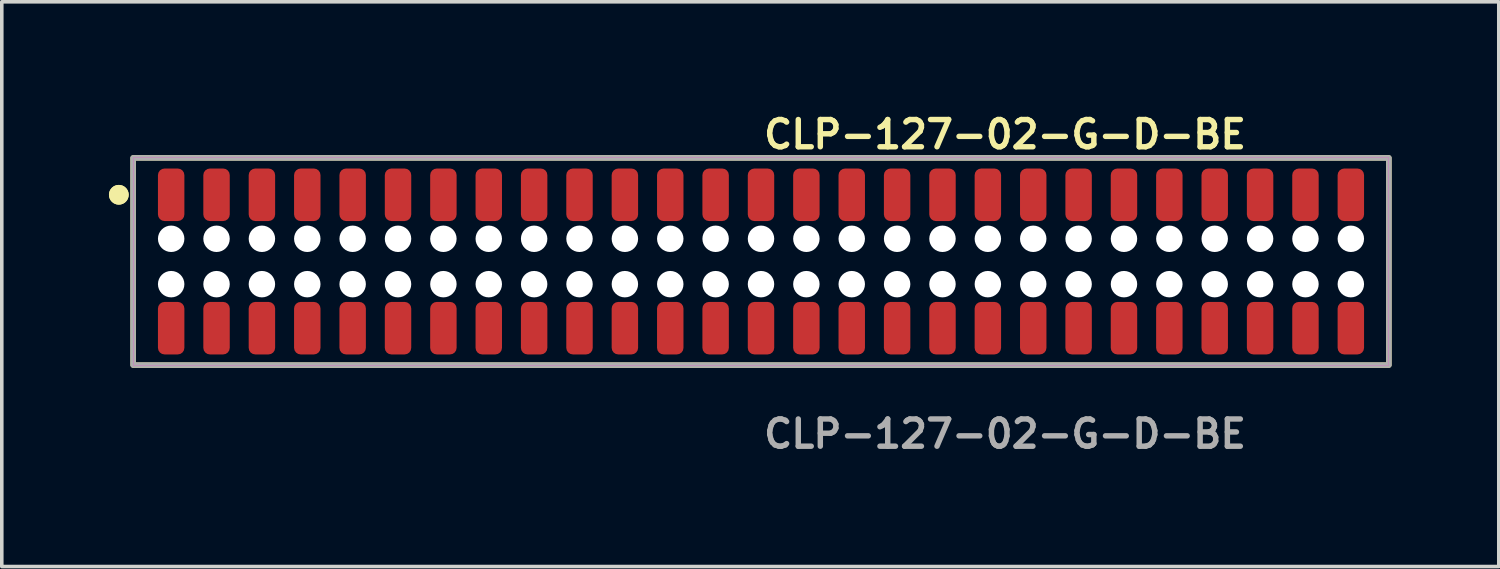
<source format=kicad_pcb>
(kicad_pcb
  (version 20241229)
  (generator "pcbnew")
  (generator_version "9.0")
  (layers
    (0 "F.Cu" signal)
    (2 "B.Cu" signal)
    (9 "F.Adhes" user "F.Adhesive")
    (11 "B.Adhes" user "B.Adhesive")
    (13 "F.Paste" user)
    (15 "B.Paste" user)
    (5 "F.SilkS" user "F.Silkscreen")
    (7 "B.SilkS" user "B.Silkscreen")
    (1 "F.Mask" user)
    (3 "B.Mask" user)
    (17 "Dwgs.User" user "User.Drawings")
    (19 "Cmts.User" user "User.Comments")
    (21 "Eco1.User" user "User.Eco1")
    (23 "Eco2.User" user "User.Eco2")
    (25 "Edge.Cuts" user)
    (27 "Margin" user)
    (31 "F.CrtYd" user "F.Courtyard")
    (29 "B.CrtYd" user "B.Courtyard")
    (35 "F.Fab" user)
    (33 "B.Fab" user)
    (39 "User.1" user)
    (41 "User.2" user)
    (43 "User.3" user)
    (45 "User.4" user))
  (footprint "CLP-127-02-G-D-BE"
    (layer "F.Cu")
    (at 18.251 4.269)
    (property "Reference" "CLP-127-02-G-D-BE" (at 0 -3.556 0) (unlocked yes) (layer "F.SilkS") (effects (font (size 0.762 0.762) (thickness 0.152)) (justify left)))
    (fp_rect (start -17.575 2.9) (end 17.575 -2.9) (stroke (width 0.152) (type solid)) (fill no) (layer "F.SilkS"))
    (fp_circle (center -17.975 -1.867) (end -18.175 -1.867) (stroke (width 0.152) (type solid)) (fill yes) (layer "F.SilkS"))
    (fp_circle (center -17.975 -1.867) (end -18.175 -1.867) (stroke (width 0.152) (type solid)) (fill yes) (layer "F.SilkS"))
    (fp_rect (start -17.575 2.9) (end 17.575 -2.9) (stroke (width 0.006) (type solid)) (fill no) (layer "F.CrtYd"))
    (fp_rect (start -17.575 2.9) (end 17.575 -2.9) (stroke (width 0.152) (type solid)) (fill no) (layer "F.Fab"))
    (fp_text user "${REFERENCE}" (at 0 4.826 0) (unlocked yes) (layer "F.Fab") (effects (font (size 0.762 0.762) (thickness 0.152)) (justify left)))
    (pad "" np_thru_hole circle (at -16.51 -0.635) (size 0.74 0.74) (drill 0.74) (layers "*.Cu" "*.Mask"))
    (pad "" np_thru_hole circle (at -16.51 0.635) (size 0.74 0.74) (drill 0.74) (layers "*.Cu" "*.Mask"))
    (pad "" np_thru_hole circle (at -15.24 -0.635) (size 0.74 0.74) (drill 0.74) (layers "*.Cu" "*.Mask"))
    (pad "" np_thru_hole circle (at -15.24 0.635) (size 0.74 0.74) (drill 0.74) (layers "*.Cu" "*.Mask"))
    (pad "" np_thru_hole circle (at -13.97 -0.635) (size 0.74 0.74) (drill 0.74) (layers "*.Cu" "*.Mask"))
    (pad "" np_thru_hole circle (at -13.97 0.635) (size 0.74 0.74) (drill 0.74) (layers "*.Cu" "*.Mask"))
    (pad "" np_thru_hole circle (at -12.7 -0.635) (size 0.74 0.74) (drill 0.74) (layers "*.Cu" "*.Mask"))
    (pad "" np_thru_hole circle (at -12.7 0.635) (size 0.74 0.74) (drill 0.74) (layers "*.Cu" "*.Mask"))
    (pad "" np_thru_hole circle (at -11.43 -0.635) (size 0.74 0.74) (drill 0.74) (layers "*.Cu" "*.Mask"))
    (pad "" np_thru_hole circle (at -11.43 0.635) (size 0.74 0.74) (drill 0.74) (layers "*.Cu" "*.Mask"))
    (pad "" np_thru_hole circle (at -10.16 -0.635) (size 0.74 0.74) (drill 0.74) (layers "*.Cu" "*.Mask"))
    (pad "" np_thru_hole circle (at -10.16 0.635) (size 0.74 0.74) (drill 0.74) (layers "*.Cu" "*.Mask"))
    (pad "" np_thru_hole circle (at -8.89 -0.635) (size 0.74 0.74) (drill 0.74) (layers "*.Cu" "*.Mask"))
    (pad "" np_thru_hole circle (at -8.89 0.635) (size 0.74 0.74) (drill 0.74) (layers "*.Cu" "*.Mask"))
    (pad "" np_thru_hole circle (at -7.62 -0.635) (size 0.74 0.74) (drill 0.74) (layers "*.Cu" "*.Mask"))
    (pad "" np_thru_hole circle (at -7.62 0.635) (size 0.74 0.74) (drill 0.74) (layers "*.Cu" "*.Mask"))
    (pad "" np_thru_hole circle (at -6.35 -0.635) (size 0.74 0.74) (drill 0.74) (layers "*.Cu" "*.Mask"))
    (pad "" np_thru_hole circle (at -6.35 0.635) (size 0.74 0.74) (drill 0.74) (layers "*.Cu" "*.Mask"))
    (pad "" np_thru_hole circle (at -5.08 -0.635) (size 0.74 0.74) (drill 0.74) (layers "*.Cu" "*.Mask"))
    (pad "" np_thru_hole circle (at -5.08 0.635) (size 0.74 0.74) (drill 0.74) (layers "*.Cu" "*.Mask"))
    (pad "" np_thru_hole circle (at -3.81 -0.635) (size 0.74 0.74) (drill 0.74) (layers "*.Cu" "*.Mask"))
    (pad "" np_thru_hole circle (at -3.81 0.635) (size 0.74 0.74) (drill 0.74) (layers "*.Cu" "*.Mask"))
    (pad "" np_thru_hole circle (at -2.54 -0.635) (size 0.74 0.74) (drill 0.74) (layers "*.Cu" "*.Mask"))
    (pad "" np_thru_hole circle (at -2.54 0.635) (size 0.74 0.74) (drill 0.74) (layers "*.Cu" "*.Mask"))
    (pad "" np_thru_hole circle (at -1.27 -0.635) (size 0.74 0.74) (drill 0.74) (layers "*.Cu" "*.Mask"))
    (pad "" np_thru_hole circle (at -1.27 0.635) (size 0.74 0.74) (drill 0.74) (layers "*.Cu" "*.Mask"))
    (pad "" np_thru_hole circle (at 0 -0.635) (size 0.74 0.74) (drill 0.74) (layers "*.Cu" "*.Mask"))
    (pad "" np_thru_hole circle (at 0 0.635) (size 0.74 0.74) (drill 0.74) (layers "*.Cu" "*.Mask"))
    (pad "" np_thru_hole circle (at 1.27 -0.635) (size 0.74 0.74) (drill 0.74) (layers "*.Cu" "*.Mask"))
    (pad "" np_thru_hole circle (at 1.27 0.635) (size 0.74 0.74) (drill 0.74) (layers "*.Cu" "*.Mask"))
    (pad "" np_thru_hole circle (at 2.54 -0.635) (size 0.74 0.74) (drill 0.74) (layers "*.Cu" "*.Mask"))
    (pad "" np_thru_hole circle (at 2.54 0.635) (size 0.74 0.74) (drill 0.74) (layers "*.Cu" "*.Mask"))
    (pad "" np_thru_hole circle (at 3.81 -0.635) (size 0.74 0.74) (drill 0.74) (layers "*.Cu" "*.Mask"))
    (pad "" np_thru_hole circle (at 3.81 0.635) (size 0.74 0.74) (drill 0.74) (layers "*.Cu" "*.Mask"))
    (pad "" np_thru_hole circle (at 5.08 -0.635) (size 0.74 0.74) (drill 0.74) (layers "*.Cu" "*.Mask"))
    (pad "" np_thru_hole circle (at 5.08 0.635) (size 0.74 0.74) (drill 0.74) (layers "*.Cu" "*.Mask"))
    (pad "" np_thru_hole circle (at 6.35 -0.635) (size 0.74 0.74) (drill 0.74) (layers "*.Cu" "*.Mask"))
    (pad "" np_thru_hole circle (at 6.35 0.635) (size 0.74 0.74) (drill 0.74) (layers "*.Cu" "*.Mask"))
    (pad "" np_thru_hole circle (at 7.62 -0.635) (size 0.74 0.74) (drill 0.74) (layers "*.Cu" "*.Mask"))
    (pad "" np_thru_hole circle (at 7.62 0.635) (size 0.74 0.74) (drill 0.74) (layers "*.Cu" "*.Mask"))
    (pad "" np_thru_hole circle (at 8.89 -0.635) (size 0.74 0.74) (drill 0.74) (layers "*.Cu" "*.Mask"))
    (pad "" np_thru_hole circle (at 8.89 0.635) (size 0.74 0.74) (drill 0.74) (layers "*.Cu" "*.Mask"))
    (pad "" np_thru_hole circle (at 10.16 -0.635) (size 0.74 0.74) (drill 0.74) (layers "*.Cu" "*.Mask"))
    (pad "" np_thru_hole circle (at 10.16 0.635) (size 0.74 0.74) (drill 0.74) (layers "*.Cu" "*.Mask"))
    (pad "" np_thru_hole circle (at 11.43 -0.635) (size 0.74 0.74) (drill 0.74) (layers "*.Cu" "*.Mask"))
    (pad "" np_thru_hole circle (at 11.43 0.635) (size 0.74 0.74) (drill 0.74) (layers "*.Cu" "*.Mask"))
    (pad "" np_thru_hole circle (at 12.7 -0.635) (size 0.74 0.74) (drill 0.74) (layers "*.Cu" "*.Mask"))
    (pad "" np_thru_hole circle (at 12.7 0.635) (size 0.74 0.74) (drill 0.74) (layers "*.Cu" "*.Mask"))
    (pad "" np_thru_hole circle (at 13.97 -0.635) (size 0.74 0.74) (drill 0.74) (layers "*.Cu" "*.Mask"))
    (pad "" np_thru_hole circle (at 13.97 0.635) (size 0.74 0.74) (drill 0.74) (layers "*.Cu" "*.Mask"))
    (pad "" np_thru_hole circle (at 15.24 -0.635) (size 0.74 0.74) (drill 0.74) (layers "*.Cu" "*.Mask"))
    (pad "" np_thru_hole circle (at 15.24 0.635) (size 0.74 0.74) (drill 0.74) (layers "*.Cu" "*.Mask"))
    (pad "" np_thru_hole circle (at 16.51 -0.635) (size 0.74 0.74) (drill 0.74) (layers "*.Cu" "*.Mask"))
    (pad "" np_thru_hole circle (at 16.51 0.635) (size 0.74 0.74) (drill 0.74) (layers "*.Cu" "*.Mask"))
    (pad "1" smd roundrect (at -16.51 -1.867) (size 0.74 1.47) (layers "F.Cu" "F.Paste") (roundrect_rratio 0.25))
    (pad "2" smd roundrect (at -16.51 1.867) (size 0.74 1.47) (layers "F.Cu" "F.Paste") (roundrect_rratio 0.25))
    (pad "3" smd roundrect (at -15.24 -1.867) (size 0.74 1.47) (layers "F.Cu" "F.Paste") (roundrect_rratio 0.25))
    (pad "4" smd roundrect (at -15.24 1.867) (size 0.74 1.47) (layers "F.Cu" "F.Paste") (roundrect_rratio 0.25))
    (pad "5" smd roundrect (at -13.97 -1.867) (size 0.74 1.47) (layers "F.Cu" "F.Paste") (roundrect_rratio 0.25))
    (pad "6" smd roundrect (at -13.97 1.867) (size 0.74 1.47) (layers "F.Cu" "F.Paste") (roundrect_rratio 0.25))
    (pad "7" smd roundrect (at -12.7 -1.867) (size 0.74 1.47) (layers "F.Cu" "F.Paste") (roundrect_rratio 0.25))
    (pad "8" smd roundrect (at -12.7 1.867) (size 0.74 1.47) (layers "F.Cu" "F.Paste") (roundrect_rratio 0.25))
    (pad "9" smd roundrect (at -11.43 -1.867) (size 0.74 1.47) (layers "F.Cu" "F.Paste") (roundrect_rratio 0.25))
    (pad "10" smd roundrect (at -11.43 1.867) (size 0.74 1.47) (layers "F.Cu" "F.Paste") (roundrect_rratio 0.25))
    (pad "11" smd roundrect (at -10.16 -1.867) (size 0.74 1.47) (layers "F.Cu" "F.Paste") (roundrect_rratio 0.25))
    (pad "12" smd roundrect (at -10.16 1.867) (size 0.74 1.47) (layers "F.Cu" "F.Paste") (roundrect_rratio 0.25))
    (pad "13" smd roundrect (at -8.89 -1.867) (size 0.74 1.47) (layers "F.Cu" "F.Paste") (roundrect_rratio 0.25))
    (pad "14" smd roundrect (at -8.89 1.867) (size 0.74 1.47) (layers "F.Cu" "F.Paste") (roundrect_rratio 0.25))
    (pad "15" smd roundrect (at -7.62 -1.867) (size 0.74 1.47) (layers "F.Cu" "F.Paste") (roundrect_rratio 0.25))
    (pad "16" smd roundrect (at -7.62 1.867) (size 0.74 1.47) (layers "F.Cu" "F.Paste") (roundrect_rratio 0.25))
    (pad "17" smd roundrect (at -6.35 -1.867) (size 0.74 1.47) (layers "F.Cu" "F.Paste") (roundrect_rratio 0.25))
    (pad "18" smd roundrect (at -6.35 1.867) (size 0.74 1.47) (layers "F.Cu" "F.Paste") (roundrect_rratio 0.25))
    (pad "19" smd roundrect (at -5.08 -1.867) (size 0.74 1.47) (layers "F.Cu" "F.Paste") (roundrect_rratio 0.25))
    (pad "20" smd roundrect (at -5.08 1.867) (size 0.74 1.47) (layers "F.Cu" "F.Paste") (roundrect_rratio 0.25))
    (pad "21" smd roundrect (at -3.81 -1.867) (size 0.74 1.47) (layers "F.Cu" "F.Paste") (roundrect_rratio 0.25))
    (pad "22" smd roundrect (at -3.81 1.867) (size 0.74 1.47) (layers "F.Cu" "F.Paste") (roundrect_rratio 0.25))
    (pad "23" smd roundrect (at -2.54 -1.867) (size 0.74 1.47) (layers "F.Cu" "F.Paste") (roundrect_rratio 0.25))
    (pad "24" smd roundrect (at -2.54 1.867) (size 0.74 1.47) (layers "F.Cu" "F.Paste") (roundrect_rratio 0.25))
    (pad "25" smd roundrect (at -1.27 -1.867) (size 0.74 1.47) (layers "F.Cu" "F.Paste") (roundrect_rratio 0.25))
    (pad "26" smd roundrect (at -1.27 1.867) (size 0.74 1.47) (layers "F.Cu" "F.Paste") (roundrect_rratio 0.25))
    (pad "27" smd roundrect (at 0 -1.867) (size 0.74 1.47) (layers "F.Cu" "F.Paste") (roundrect_rratio 0.25))
    (pad "28" smd roundrect (at 0 1.867) (size 0.74 1.47) (layers "F.Cu" "F.Paste") (roundrect_rratio 0.25))
    (pad "29" smd roundrect (at 1.27 -1.867) (size 0.74 1.47) (layers "F.Cu" "F.Paste") (roundrect_rratio 0.25))
    (pad "30" smd roundrect (at 1.27 1.867) (size 0.74 1.47) (layers "F.Cu" "F.Paste") (roundrect_rratio 0.25))
    (pad "31" smd roundrect (at 2.54 -1.867) (size 0.74 1.47) (layers "F.Cu" "F.Paste") (roundrect_rratio 0.25))
    (pad "32" smd roundrect (at 2.54 1.867) (size 0.74 1.47) (layers "F.Cu" "F.Paste") (roundrect_rratio 0.25))
    (pad "33" smd roundrect (at 3.81 -1.867) (size 0.74 1.47) (layers "F.Cu" "F.Paste") (roundrect_rratio 0.25))
    (pad "34" smd roundrect (at 3.81 1.867) (size 0.74 1.47) (layers "F.Cu" "F.Paste") (roundrect_rratio 0.25))
    (pad "35" smd roundrect (at 5.08 -1.867) (size 0.74 1.47) (layers "F.Cu" "F.Paste") (roundrect_rratio 0.25))
    (pad "36" smd roundrect (at 5.08 1.867) (size 0.74 1.47) (layers "F.Cu" "F.Paste") (roundrect_rratio 0.25))
    (pad "37" smd roundrect (at 6.35 -1.867) (size 0.74 1.47) (layers "F.Cu" "F.Paste") (roundrect_rratio 0.25))
    (pad "38" smd roundrect (at 6.35 1.867) (size 0.74 1.47) (layers "F.Cu" "F.Paste") (roundrect_rratio 0.25))
    (pad "39" smd roundrect (at 7.62 -1.867) (size 0.74 1.47) (layers "F.Cu" "F.Paste") (roundrect_rratio 0.25))
    (pad "40" smd roundrect (at 7.62 1.867) (size 0.74 1.47) (layers "F.Cu" "F.Paste") (roundrect_rratio 0.25))
    (pad "41" smd roundrect (at 8.89 -1.867) (size 0.74 1.47) (layers "F.Cu" "F.Paste") (roundrect_rratio 0.25))
    (pad "42" smd roundrect (at 8.89 1.867) (size 0.74 1.47) (layers "F.Cu" "F.Paste") (roundrect_rratio 0.25))
    (pad "43" smd roundrect (at 10.16 -1.867) (size 0.74 1.47) (layers "F.Cu" "F.Paste") (roundrect_rratio 0.25))
    (pad "44" smd roundrect (at 10.16 1.867) (size 0.74 1.47) (layers "F.Cu" "F.Paste") (roundrect_rratio 0.25))
    (pad "45" smd roundrect (at 11.43 -1.867) (size 0.74 1.47) (layers "F.Cu" "F.Paste") (roundrect_rratio 0.25))
    (pad "46" smd roundrect (at 11.43 1.867) (size 0.74 1.47) (layers "F.Cu" "F.Paste") (roundrect_rratio 0.25))
    (pad "47" smd roundrect (at 12.7 -1.867) (size 0.74 1.47) (layers "F.Cu" "F.Paste") (roundrect_rratio 0.25))
    (pad "48" smd roundrect (at 12.7 1.867) (size 0.74 1.47) (layers "F.Cu" "F.Paste") (roundrect_rratio 0.25))
    (pad "49" smd roundrect (at 13.97 -1.867) (size 0.74 1.47) (layers "F.Cu" "F.Paste") (roundrect_rratio 0.25))
    (pad "50" smd roundrect (at 13.97 1.867) (size 0.74 1.47) (layers "F.Cu" "F.Paste") (roundrect_rratio 0.25))
    (pad "51" smd roundrect (at 15.24 -1.867) (size 0.74 1.47) (layers "F.Cu" "F.Paste") (roundrect_rratio 0.25))
    (pad "52" smd roundrect (at 15.24 1.867) (size 0.74 1.47) (layers "F.Cu" "F.Paste") (roundrect_rratio 0.25))
    (pad "53" smd roundrect (at 16.51 -1.867) (size 0.74 1.47) (layers "F.Cu" "F.Paste") (roundrect_rratio 0.25))
    (pad "54" smd roundrect (at 16.51 1.867) (size 0.74 1.47) (layers "F.Cu" "F.Paste") (roundrect_rratio 0.25)))
  (gr_rect
    (start -3 -3)
    (end 38.902 12.808)
    (stroke (width 0.1) (type default))
    (fill no)
    (layer "Edge.Cuts")))
</source>
